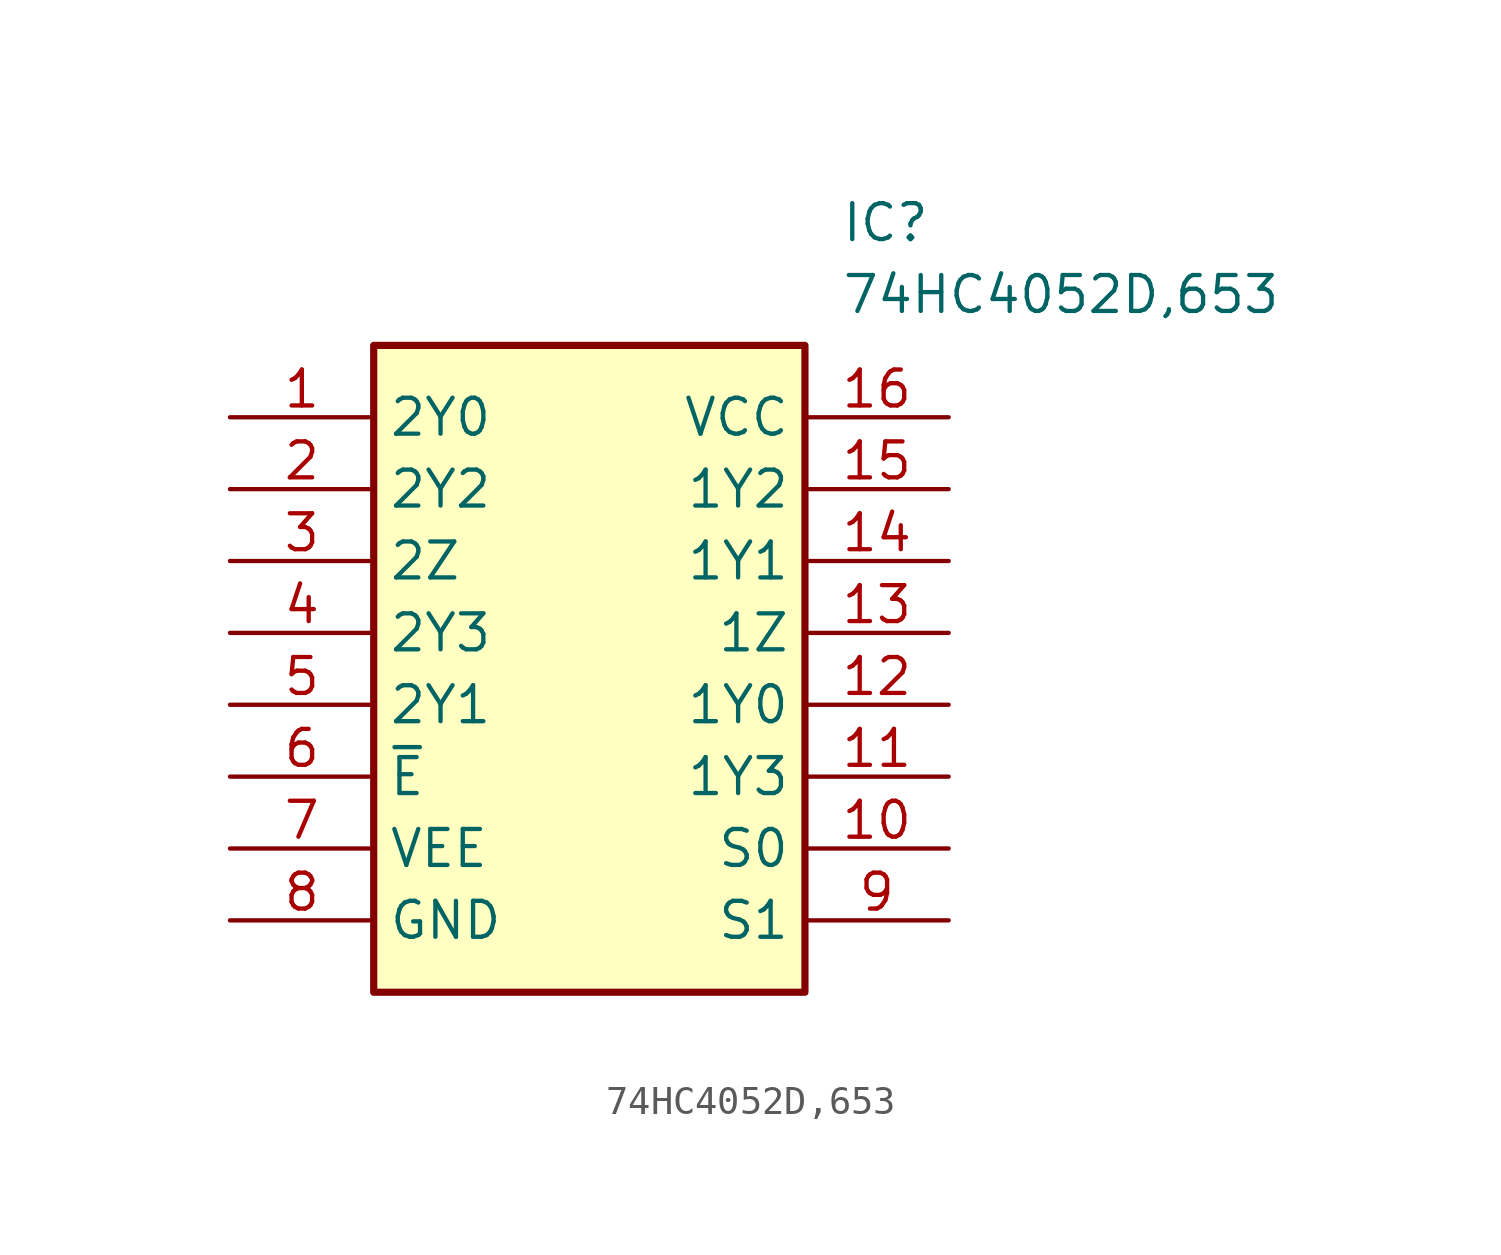
<source format=kicad_sym>
(kicad_symbol_lib
  (version 20211014)
  (generator SamacSys_ECAD_Model)
  (symbol "74HC4052D,653"
    (property "Reference" "IC"
      (at 21.59 7.62 0)
      (effects (font (size 1.27 1.27)) (justify left top)))
    (property "Value" "74HC4052D,653"
      (at 21.59 5.08 0)
      (effects (font (size 1.27 1.27)) (justify left top)))
    (rectangle
      (start 5.08 2.54)
      (end 20.32 -20.32)
      (stroke (width 0.254) (type default))
      (fill (type background)))
    (pin passive line
      (at 0 0 0)
      (length 5.08)
      (name "2Y0" (effects (font (size 1.27 1.27))))
      (number "1" (effects (font (size 1.27 1.27)))))
    (pin passive line
      (at 0 -2.54 0)
      (length 5.08)
      (name "2Y2" (effects (font (size 1.27 1.27))))
      (number "2" (effects (font (size 1.27 1.27)))))
    (pin passive line
      (at 0 -5.08 0)
      (length 5.08)
      (name "2Z" (effects (font (size 1.27 1.27))))
      (number "3" (effects (font (size 1.27 1.27)))))
    (pin passive line
      (at 0 -7.62 0)
      (length 5.08)
      (name "2Y3" (effects (font (size 1.27 1.27))))
      (number "4" (effects (font (size 1.27 1.27)))))
    (pin passive line
      (at 0 -10.16 0)
      (length 5.08)
      (name "2Y1" (effects (font (size 1.27 1.27))))
      (number "5" (effects (font (size 1.27 1.27)))))
    (pin passive line
      (at 0 -12.7 0)
      (length 5.08)
      (name "~{E}" (effects (font (size 1.27 1.27))))
      (number "6" (effects (font (size 1.27 1.27)))))
    (pin passive line
      (at 0 -15.24 0)
      (length 5.08)
      (name "VEE" (effects (font (size 1.27 1.27))))
      (number "7" (effects (font (size 1.27 1.27)))))
    (pin passive line
      (at 0 -17.78 0)
      (length 5.08)
      (name "GND" (effects (font (size 1.27 1.27))))
      (number "8" (effects (font (size 1.27 1.27)))))
    (pin passive line
      (at 25.4 -17.78 180)
      (length 5.08)
      (name "S1" (effects (font (size 1.27 1.27))))
      (number "9" (effects (font (size 1.27 1.27)))))
    (pin passive line
      (at 25.4 -15.24 180)
      (length 5.08)
      (name "S0" (effects (font (size 1.27 1.27))))
      (number "10" (effects (font (size 1.27 1.27)))))
    (pin passive line
      (at 25.4 -12.7 180)
      (length 5.08)
      (name "1Y3" (effects (font (size 1.27 1.27))))
      (number "11" (effects (font (size 1.27 1.27)))))
    (pin passive line
      (at 25.4 -10.16 180)
      (length 5.08)
      (name "1Y0" (effects (font (size 1.27 1.27))))
      (number "12" (effects (font (size 1.27 1.27)))))
    (pin passive line
      (at 25.4 -7.62 180)
      (length 5.08)
      (name "1Z" (effects (font (size 1.27 1.27))))
      (number "13" (effects (font (size 1.27 1.27)))))
    (pin passive line
      (at 25.4 -5.08 180)
      (length 5.08)
      (name "1Y1" (effects (font (size 1.27 1.27))))
      (number "14" (effects (font (size 1.27 1.27)))))
    (pin passive line
      (at 25.4 -2.54 180)
      (length 5.08)
      (name "1Y2" (effects (font (size 1.27 1.27))))
      (number "15" (effects (font (size 1.27 1.27)))))
    (pin passive line
      (at 25.4 0 180)
      (length 5.08)
      (name "VCC" (effects (font (size 1.27 1.27))))
      (number "16" (effects (font (size 1.27 1.27)))))))
</source>
